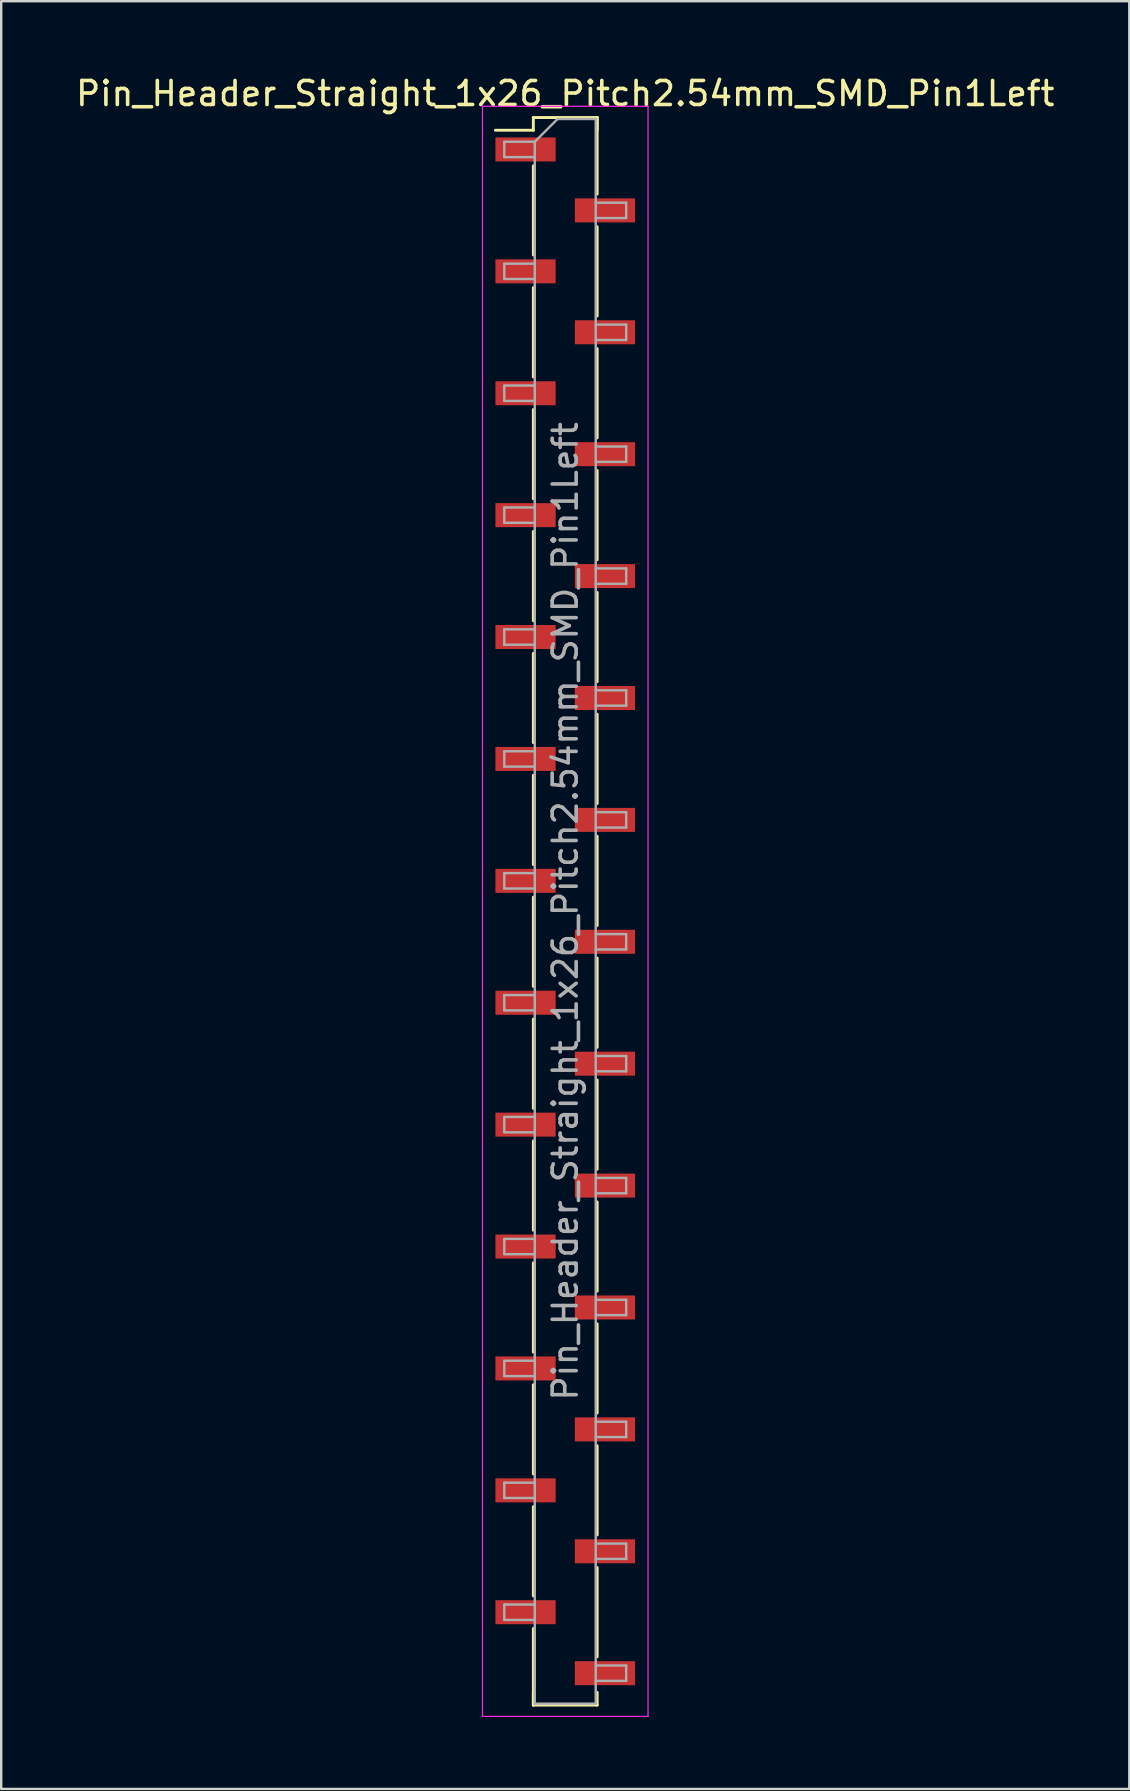
<source format=kicad_pcb>
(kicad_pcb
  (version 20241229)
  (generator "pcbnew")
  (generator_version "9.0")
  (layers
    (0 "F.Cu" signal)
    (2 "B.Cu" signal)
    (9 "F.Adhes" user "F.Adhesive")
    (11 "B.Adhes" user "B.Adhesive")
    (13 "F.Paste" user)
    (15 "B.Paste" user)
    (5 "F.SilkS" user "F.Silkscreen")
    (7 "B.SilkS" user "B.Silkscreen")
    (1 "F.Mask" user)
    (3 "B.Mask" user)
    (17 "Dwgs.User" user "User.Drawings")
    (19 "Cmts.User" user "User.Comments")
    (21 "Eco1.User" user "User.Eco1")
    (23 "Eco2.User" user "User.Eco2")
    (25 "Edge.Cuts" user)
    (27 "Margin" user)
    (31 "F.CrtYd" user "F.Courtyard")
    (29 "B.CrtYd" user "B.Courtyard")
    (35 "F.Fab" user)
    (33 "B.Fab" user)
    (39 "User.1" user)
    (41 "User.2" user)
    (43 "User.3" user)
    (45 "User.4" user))
  (footprint "Pin_Header_Straight_1x26_Pitch2.54mm_SMD_Pin1Left"
    (layer "F.Cu")
    (at 20.506 34.928)
    (property "Reference" "Pin_Header_Straight_1x26_Pitch2.54mm_SMD_Pin1Left" (at 0 -34.08 0) (layer "F.SilkS") (effects (font (size 1 1) (thickness 0.15))))
    (attr smd)
    (fp_line (start -1.33 -33.08) (end 1.33 -33.08) (stroke (width 0.12) (type solid)) (layer "F.SilkS"))
    (fp_line (start -1.33 -32.55) (end -2.91 -32.55) (stroke (width 0.12) (type solid)) (layer "F.SilkS"))
    (fp_line (start -1.33 -32.55) (end -1.33 -33.08) (stroke (width 0.12) (type solid)) (layer "F.SilkS"))
    (fp_line (start -1.33 -31.07) (end -1.33 -27.35) (stroke (width 0.12) (type solid)) (layer "F.SilkS"))
    (fp_line (start -1.33 -25.99) (end -1.33 -22.27) (stroke (width 0.12) (type solid)) (layer "F.SilkS"))
    (fp_line (start -1.33 -20.91) (end -1.33 -17.19) (stroke (width 0.12) (type solid)) (layer "F.SilkS"))
    (fp_line (start -1.33 -15.83) (end -1.33 -12.11) (stroke (width 0.12) (type solid)) (layer "F.SilkS"))
    (fp_line (start -1.33 -10.75) (end -1.33 -7.03) (stroke (width 0.12) (type solid)) (layer "F.SilkS"))
    (fp_line (start -1.33 -5.67) (end -1.33 -1.95) (stroke (width 0.12) (type solid)) (layer "F.SilkS"))
    (fp_line (start -1.33 -0.59) (end -1.33 3.13) (stroke (width 0.12) (type solid)) (layer "F.SilkS"))
    (fp_line (start -1.33 4.49) (end -1.33 8.21) (stroke (width 0.12) (type solid)) (layer "F.SilkS"))
    (fp_line (start -1.33 9.57) (end -1.33 13.29) (stroke (width 0.12) (type solid)) (layer "F.SilkS"))
    (fp_line (start -1.33 14.65) (end -1.33 18.37) (stroke (width 0.12) (type solid)) (layer "F.SilkS"))
    (fp_line (start -1.33 19.73) (end -1.33 23.45) (stroke (width 0.12) (type solid)) (layer "F.SilkS"))
    (fp_line (start -1.33 24.81) (end -1.33 28.53) (stroke (width 0.12) (type solid)) (layer "F.SilkS"))
    (fp_line (start -1.33 29.89) (end -1.33 33.08) (stroke (width 0.12) (type solid)) (layer "F.SilkS"))
    (fp_line (start -1.33 32.55) (end -1.33 33.08) (stroke (width 0.12) (type solid)) (layer "F.SilkS"))
    (fp_line (start -1.33 33.08) (end 1.33 33.08) (stroke (width 0.12) (type solid)) (layer "F.SilkS"))
    (fp_line (start 1.33 -33.08) (end 1.33 -32.55) (stroke (width 0.12) (type solid)) (layer "F.SilkS"))
    (fp_line (start 1.33 -33.08) (end 1.33 -29.89) (stroke (width 0.12) (type solid)) (layer "F.SilkS"))
    (fp_line (start 1.33 -28.53) (end 1.33 -24.81) (stroke (width 0.12) (type solid)) (layer "F.SilkS"))
    (fp_line (start 1.33 -23.45) (end 1.33 -19.73) (stroke (width 0.12) (type solid)) (layer "F.SilkS"))
    (fp_line (start 1.33 -18.37) (end 1.33 -14.65) (stroke (width 0.12) (type solid)) (layer "F.SilkS"))
    (fp_line (start 1.33 -13.29) (end 1.33 -9.57) (stroke (width 0.12) (type solid)) (layer "F.SilkS"))
    (fp_line (start 1.33 -8.21) (end 1.33 -4.49) (stroke (width 0.12) (type solid)) (layer "F.SilkS"))
    (fp_line (start 1.33 -3.13) (end 1.33 0.59) (stroke (width 0.12) (type solid)) (layer "F.SilkS"))
    (fp_line (start 1.33 1.95) (end 1.33 5.67) (stroke (width 0.12) (type solid)) (layer "F.SilkS"))
    (fp_line (start 1.33 7.03) (end 1.33 10.75) (stroke (width 0.12) (type solid)) (layer "F.SilkS"))
    (fp_line (start 1.33 12.11) (end 1.33 15.83) (stroke (width 0.12) (type solid)) (layer "F.SilkS"))
    (fp_line (start 1.33 17.19) (end 1.33 20.91) (stroke (width 0.12) (type solid)) (layer "F.SilkS"))
    (fp_line (start 1.33 22.27) (end 1.33 25.99) (stroke (width 0.12) (type solid)) (layer "F.SilkS"))
    (fp_line (start 1.33 27.35) (end 1.33 31.07) (stroke (width 0.12) (type solid)) (layer "F.SilkS"))
    (fp_line (start 1.33 33.08) (end 1.33 32.55) (stroke (width 0.12) (type solid)) (layer "F.SilkS"))
    (fp_line (start -3.45 -33.55) (end -3.45 33.55) (stroke (width 0.05) (type solid)) (layer "F.CrtYd"))
    (fp_line (start -3.45 33.55) (end 3.45 33.55) (stroke (width 0.05) (type solid)) (layer "F.CrtYd"))
    (fp_line (start 3.45 -33.55) (end -3.45 -33.55) (stroke (width 0.05) (type solid)) (layer "F.CrtYd"))
    (fp_line (start 3.45 33.55) (end 3.45 -33.55) (stroke (width 0.05) (type solid)) (layer "F.CrtYd"))
    (fp_line (start -2.54 -32.07) (end -2.54 -31.43) (stroke (width 0.1) (type solid)) (layer "F.Fab"))
    (fp_line (start -2.54 -31.43) (end -1.27 -31.43) (stroke (width 0.1) (type solid)) (layer "F.Fab"))
    (fp_line (start -2.54 -26.99) (end -2.54 -26.35) (stroke (width 0.1) (type solid)) (layer "F.Fab"))
    (fp_line (start -2.54 -26.35) (end -1.27 -26.35) (stroke (width 0.1) (type solid)) (layer "F.Fab"))
    (fp_line (start -2.54 -21.91) (end -2.54 -21.27) (stroke (width 0.1) (type solid)) (layer "F.Fab"))
    (fp_line (start -2.54 -21.27) (end -1.27 -21.27) (stroke (width 0.1) (type solid)) (layer "F.Fab"))
    (fp_line (start -2.54 -16.83) (end -2.54 -16.19) (stroke (width 0.1) (type solid)) (layer "F.Fab"))
    (fp_line (start -2.54 -16.19) (end -1.27 -16.19) (stroke (width 0.1) (type solid)) (layer "F.Fab"))
    (fp_line (start -2.54 -11.75) (end -2.54 -11.11) (stroke (width 0.1) (type solid)) (layer "F.Fab"))
    (fp_line (start -2.54 -11.11) (end -1.27 -11.11) (stroke (width 0.1) (type solid)) (layer "F.Fab"))
    (fp_line (start -2.54 -6.67) (end -2.54 -6.03) (stroke (width 0.1) (type solid)) (layer "F.Fab"))
    (fp_line (start -2.54 -6.03) (end -1.27 -6.03) (stroke (width 0.1) (type solid)) (layer "F.Fab"))
    (fp_line (start -2.54 -1.59) (end -2.54 -0.95) (stroke (width 0.1) (type solid)) (layer "F.Fab"))
    (fp_line (start -2.54 -0.95) (end -1.27 -0.95) (stroke (width 0.1) (type solid)) (layer "F.Fab"))
    (fp_line (start -2.54 3.49) (end -2.54 4.13) (stroke (width 0.1) (type solid)) (layer "F.Fab"))
    (fp_line (start -2.54 4.13) (end -1.27 4.13) (stroke (width 0.1) (type solid)) (layer "F.Fab"))
    (fp_line (start -2.54 8.57) (end -2.54 9.21) (stroke (width 0.1) (type solid)) (layer "F.Fab"))
    (fp_line (start -2.54 9.21) (end -1.27 9.21) (stroke (width 0.1) (type solid)) (layer "F.Fab"))
    (fp_line (start -2.54 13.65) (end -2.54 14.29) (stroke (width 0.1) (type solid)) (layer "F.Fab"))
    (fp_line (start -2.54 14.29) (end -1.27 14.29) (stroke (width 0.1) (type solid)) (layer "F.Fab"))
    (fp_line (start -2.54 18.73) (end -2.54 19.37) (stroke (width 0.1) (type solid)) (layer "F.Fab"))
    (fp_line (start -2.54 19.37) (end -1.27 19.37) (stroke (width 0.1) (type solid)) (layer "F.Fab"))
    (fp_line (start -2.54 23.81) (end -2.54 24.45) (stroke (width 0.1) (type solid)) (layer "F.Fab"))
    (fp_line (start -2.54 24.45) (end -1.27 24.45) (stroke (width 0.1) (type solid)) (layer "F.Fab"))
    (fp_line (start -2.54 28.89) (end -2.54 29.53) (stroke (width 0.1) (type solid)) (layer "F.Fab"))
    (fp_line (start -2.54 29.53) (end -1.27 29.53) (stroke (width 0.1) (type solid)) (layer "F.Fab"))
    (fp_line (start -1.27 -32.07) (end -2.54 -32.07) (stroke (width 0.1) (type solid)) (layer "F.Fab"))
    (fp_line (start -1.27 -32.07) (end -0.32 -33.02) (stroke (width 0.1) (type solid)) (layer "F.Fab"))
    (fp_line (start -1.27 -26.99) (end -2.54 -26.99) (stroke (width 0.1) (type solid)) (layer "F.Fab"))
    (fp_line (start -1.27 -21.91) (end -2.54 -21.91) (stroke (width 0.1) (type solid)) (layer "F.Fab"))
    (fp_line (start -1.27 -16.83) (end -2.54 -16.83) (stroke (width 0.1) (type solid)) (layer "F.Fab"))
    (fp_line (start -1.27 -11.75) (end -2.54 -11.75) (stroke (width 0.1) (type solid)) (layer "F.Fab"))
    (fp_line (start -1.27 -6.67) (end -2.54 -6.67) (stroke (width 0.1) (type solid)) (layer "F.Fab"))
    (fp_line (start -1.27 -1.59) (end -2.54 -1.59) (stroke (width 0.1) (type solid)) (layer "F.Fab"))
    (fp_line (start -1.27 3.49) (end -2.54 3.49) (stroke (width 0.1) (type solid)) (layer "F.Fab"))
    (fp_line (start -1.27 8.57) (end -2.54 8.57) (stroke (width 0.1) (type solid)) (layer "F.Fab"))
    (fp_line (start -1.27 13.65) (end -2.54 13.65) (stroke (width 0.1) (type solid)) (layer "F.Fab"))
    (fp_line (start -1.27 18.73) (end -2.54 18.73) (stroke (width 0.1) (type solid)) (layer "F.Fab"))
    (fp_line (start -1.27 23.81) (end -2.54 23.81) (stroke (width 0.1) (type solid)) (layer "F.Fab"))
    (fp_line (start -1.27 28.89) (end -2.54 28.89) (stroke (width 0.1) (type solid)) (layer "F.Fab"))
    (fp_line (start -1.27 33.02) (end -1.27 -32.07) (stroke (width 0.1) (type solid)) (layer "F.Fab"))
    (fp_line (start -0.32 -33.02) (end 1.27 -33.02) (stroke (width 0.1) (type solid)) (layer "F.Fab"))
    (fp_line (start 1.27 -33.02) (end 1.27 33.02) (stroke (width 0.1) (type solid)) (layer "F.Fab"))
    (fp_line (start 1.27 -29.53) (end 2.54 -29.53) (stroke (width 0.1) (type solid)) (layer "F.Fab"))
    (fp_line (start 1.27 -24.45) (end 2.54 -24.45) (stroke (width 0.1) (type solid)) (layer "F.Fab"))
    (fp_line (start 1.27 -19.37) (end 2.54 -19.37) (stroke (width 0.1) (type solid)) (layer "F.Fab"))
    (fp_line (start 1.27 -14.29) (end 2.54 -14.29) (stroke (width 0.1) (type solid)) (layer "F.Fab"))
    (fp_line (start 1.27 -9.21) (end 2.54 -9.21) (stroke (width 0.1) (type solid)) (layer "F.Fab"))
    (fp_line (start 1.27 -4.13) (end 2.54 -4.13) (stroke (width 0.1) (type solid)) (layer "F.Fab"))
    (fp_line (start 1.27 0.95) (end 2.54 0.95) (stroke (width 0.1) (type solid)) (layer "F.Fab"))
    (fp_line (start 1.27 6.03) (end 2.54 6.03) (stroke (width 0.1) (type solid)) (layer "F.Fab"))
    (fp_line (start 1.27 11.11) (end 2.54 11.11) (stroke (width 0.1) (type solid)) (layer "F.Fab"))
    (fp_line (start 1.27 16.19) (end 2.54 16.19) (stroke (width 0.1) (type solid)) (layer "F.Fab"))
    (fp_line (start 1.27 21.27) (end 2.54 21.27) (stroke (width 0.1) (type solid)) (layer "F.Fab"))
    (fp_line (start 1.27 26.35) (end 2.54 26.35) (stroke (width 0.1) (type solid)) (layer "F.Fab"))
    (fp_line (start 1.27 31.43) (end 2.54 31.43) (stroke (width 0.1) (type solid)) (layer "F.Fab"))
    (fp_line (start 1.27 33.02) (end -1.27 33.02) (stroke (width 0.1) (type solid)) (layer "F.Fab"))
    (fp_line (start 2.54 -29.53) (end 2.54 -28.89) (stroke (width 0.1) (type solid)) (layer "F.Fab"))
    (fp_line (start 2.54 -28.89) (end 1.27 -28.89) (stroke (width 0.1) (type solid)) (layer "F.Fab"))
    (fp_line (start 2.54 -24.45) (end 2.54 -23.81) (stroke (width 0.1) (type solid)) (layer "F.Fab"))
    (fp_line (start 2.54 -23.81) (end 1.27 -23.81) (stroke (width 0.1) (type solid)) (layer "F.Fab"))
    (fp_line (start 2.54 -19.37) (end 2.54 -18.73) (stroke (width 0.1) (type solid)) (layer "F.Fab"))
    (fp_line (start 2.54 -18.73) (end 1.27 -18.73) (stroke (width 0.1) (type solid)) (layer "F.Fab"))
    (fp_line (start 2.54 -14.29) (end 2.54 -13.65) (stroke (width 0.1) (type solid)) (layer "F.Fab"))
    (fp_line (start 2.54 -13.65) (end 1.27 -13.65) (stroke (width 0.1) (type solid)) (layer "F.Fab"))
    (fp_line (start 2.54 -9.21) (end 2.54 -8.57) (stroke (width 0.1) (type solid)) (layer "F.Fab"))
    (fp_line (start 2.54 -8.57) (end 1.27 -8.57) (stroke (width 0.1) (type solid)) (layer "F.Fab"))
    (fp_line (start 2.54 -4.13) (end 2.54 -3.49) (stroke (width 0.1) (type solid)) (layer "F.Fab"))
    (fp_line (start 2.54 -3.49) (end 1.27 -3.49) (stroke (width 0.1) (type solid)) (layer "F.Fab"))
    (fp_line (start 2.54 0.95) (end 2.54 1.59) (stroke (width 0.1) (type solid)) (layer "F.Fab"))
    (fp_line (start 2.54 1.59) (end 1.27 1.59) (stroke (width 0.1) (type solid)) (layer "F.Fab"))
    (fp_line (start 2.54 6.03) (end 2.54 6.67) (stroke (width 0.1) (type solid)) (layer "F.Fab"))
    (fp_line (start 2.54 6.67) (end 1.27 6.67) (stroke (width 0.1) (type solid)) (layer "F.Fab"))
    (fp_line (start 2.54 11.11) (end 2.54 11.75) (stroke (width 0.1) (type solid)) (layer "F.Fab"))
    (fp_line (start 2.54 11.75) (end 1.27 11.75) (stroke (width 0.1) (type solid)) (layer "F.Fab"))
    (fp_line (start 2.54 16.19) (end 2.54 16.83) (stroke (width 0.1) (type solid)) (layer "F.Fab"))
    (fp_line (start 2.54 16.83) (end 1.27 16.83) (stroke (width 0.1) (type solid)) (layer "F.Fab"))
    (fp_line (start 2.54 21.27) (end 2.54 21.91) (stroke (width 0.1) (type solid)) (layer "F.Fab"))
    (fp_line (start 2.54 21.91) (end 1.27 21.91) (stroke (width 0.1) (type solid)) (layer "F.Fab"))
    (fp_line (start 2.54 26.35) (end 2.54 26.99) (stroke (width 0.1) (type solid)) (layer "F.Fab"))
    (fp_line (start 2.54 26.99) (end 1.27 26.99) (stroke (width 0.1) (type solid)) (layer "F.Fab"))
    (fp_line (start 2.54 31.43) (end 2.54 32.07) (stroke (width 0.1) (type solid)) (layer "F.Fab"))
    (fp_line (start 2.54 32.07) (end 1.27 32.07) (stroke (width 0.1) (type solid)) (layer "F.Fab"))
    (fp_text user "${REFERENCE}" (at 0 0 90) (layer "F.Fab") (effects (font (size 1 1) (thickness 0.15))))
    (pad "1" smd rect (at -1.655 -31.75) (size 2.51 1) (layers "F.Cu" "F.Mask" "F.Paste"))
    (pad "2" smd rect (at 1.655 -29.21) (size 2.51 1) (layers "F.Cu" "F.Mask" "F.Paste"))
    (pad "3" smd rect (at -1.655 -26.67) (size 2.51 1) (layers "F.Cu" "F.Mask" "F.Paste"))
    (pad "4" smd rect (at 1.655 -24.13) (size 2.51 1) (layers "F.Cu" "F.Mask" "F.Paste"))
    (pad "5" smd rect (at -1.655 -21.59) (size 2.51 1) (layers "F.Cu" "F.Mask" "F.Paste"))
    (pad "6" smd rect (at 1.655 -19.05) (size 2.51 1) (layers "F.Cu" "F.Mask" "F.Paste"))
    (pad "7" smd rect (at -1.655 -16.51) (size 2.51 1) (layers "F.Cu" "F.Mask" "F.Paste"))
    (pad "8" smd rect (at 1.655 -13.97) (size 2.51 1) (layers "F.Cu" "F.Mask" "F.Paste"))
    (pad "9" smd rect (at -1.655 -11.43) (size 2.51 1) (layers "F.Cu" "F.Mask" "F.Paste"))
    (pad "10" smd rect (at 1.655 -8.89) (size 2.51 1) (layers "F.Cu" "F.Mask" "F.Paste"))
    (pad "11" smd rect (at -1.655 -6.35) (size 2.51 1) (layers "F.Cu" "F.Mask" "F.Paste"))
    (pad "12" smd rect (at 1.655 -3.81) (size 2.51 1) (layers "F.Cu" "F.Mask" "F.Paste"))
    (pad "13" smd rect (at -1.655 -1.27) (size 2.51 1) (layers "F.Cu" "F.Mask" "F.Paste"))
    (pad "14" smd rect (at 1.655 1.27) (size 2.51 1) (layers "F.Cu" "F.Mask" "F.Paste"))
    (pad "15" smd rect (at -1.655 3.81) (size 2.51 1) (layers "F.Cu" "F.Mask" "F.Paste"))
    (pad "16" smd rect (at 1.655 6.35) (size 2.51 1) (layers "F.Cu" "F.Mask" "F.Paste"))
    (pad "17" smd rect (at -1.655 8.89) (size 2.51 1) (layers "F.Cu" "F.Mask" "F.Paste"))
    (pad "18" smd rect (at 1.655 11.43) (size 2.51 1) (layers "F.Cu" "F.Mask" "F.Paste"))
    (pad "19" smd rect (at -1.655 13.97) (size 2.51 1) (layers "F.Cu" "F.Mask" "F.Paste"))
    (pad "20" smd rect (at 1.655 16.51) (size 2.51 1) (layers "F.Cu" "F.Mask" "F.Paste"))
    (pad "21" smd rect (at -1.655 19.05) (size 2.51 1) (layers "F.Cu" "F.Mask" "F.Paste"))
    (pad "22" smd rect (at 1.655 21.59) (size 2.51 1) (layers "F.Cu" "F.Mask" "F.Paste"))
    (pad "23" smd rect (at -1.655 24.13) (size 2.51 1) (layers "F.Cu" "F.Mask" "F.Paste"))
    (pad "24" smd rect (at 1.655 26.67) (size 2.51 1) (layers "F.Cu" "F.Mask" "F.Paste"))
    (pad "25" smd rect (at -1.655 29.21) (size 2.51 1) (layers "F.Cu" "F.Mask" "F.Paste"))
    (pad "26" smd rect (at 1.655 31.75) (size 2.51 1) (layers "F.Cu" "F.Mask" "F.Paste")))
  (gr_rect
    (start -3 -3)
    (end 44.012 71.503)
    (stroke (width 0.1) (type default))
    (fill no)
    (layer "Edge.Cuts")))
</source>
